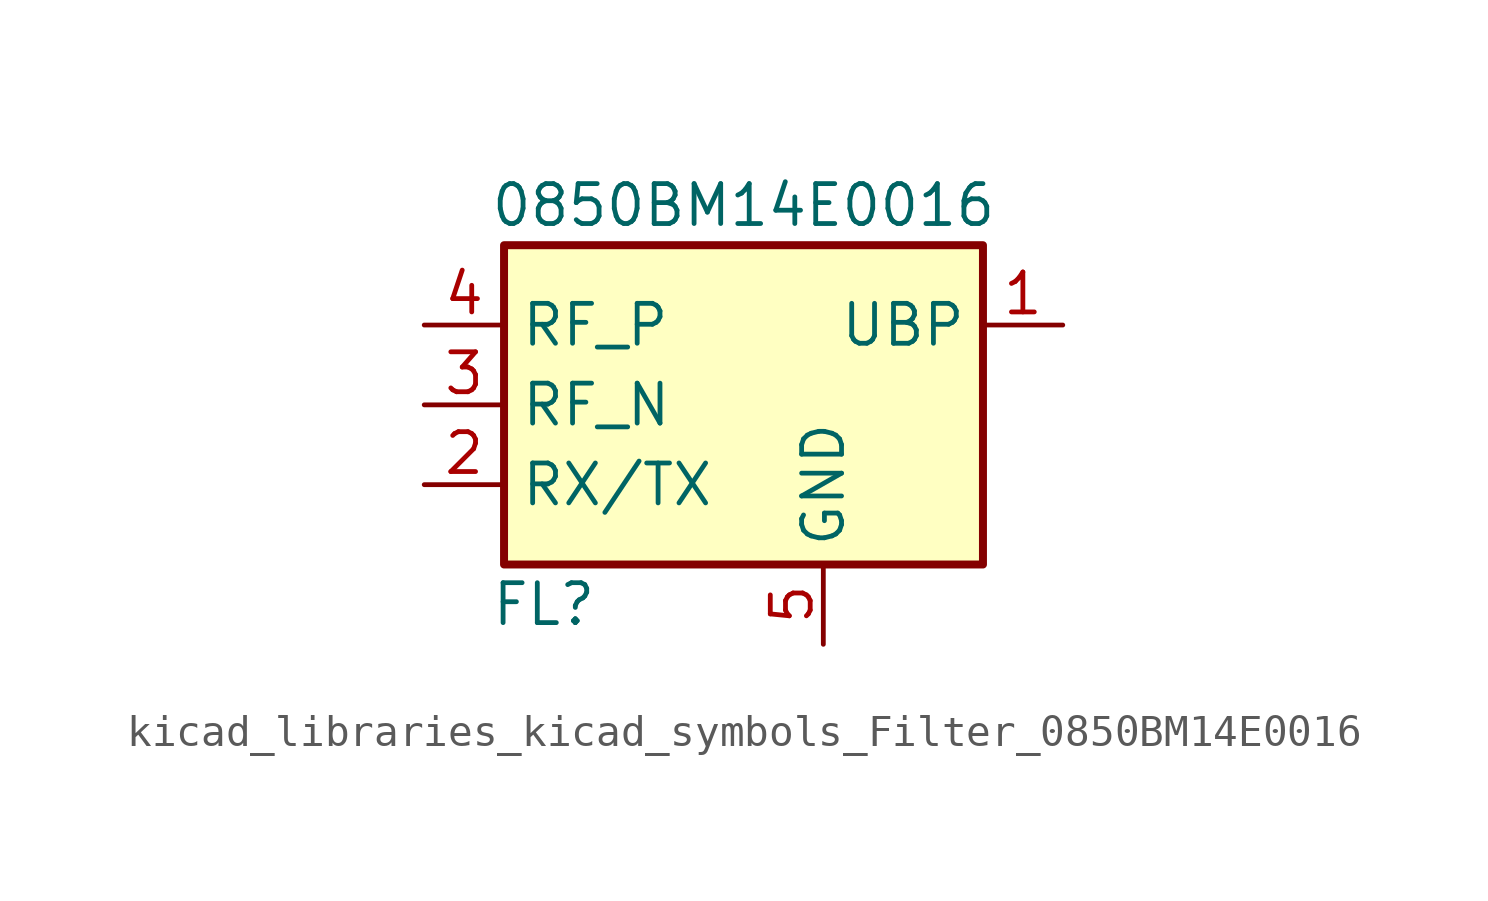
<source format=kicad_sym>
(kicad_symbol_lib
  (version 20220914)
  (generator kicad_symbol_editor)
  (symbol "kicad_libraries_kicad_symbols_Filter_0850BM14E0016"
    (property "Reference" "FL"
      (at -6.35 -6.35 0)
      (effects (font (size 1.27 1.27))))
    (property "Value" "0850BM14E0016"
      (at 0 6.35 0)
      (effects (font (size 1.27 1.27))))
    (symbol "kicad_libraries_kicad_symbols_Filter_0850BM14E0016_0_0"
      (pin passive line (at 10.16 2.54 180) (length 2.54) (name "UBP" (effects (font (size 1.27 1.27)))) (number "1" (effects (font (size 1.27 1.27)))))
      (pin passive line (at -10.16 -2.54 0) (length 2.54) (name "RX/TX" (effects (font (size 1.27 1.27)))) (number "2" (effects (font (size 1.27 1.27)))))
      (pin passive line (at -10.16 0 0) (length 2.54) (name "RF_N" (effects (font (size 1.27 1.27)))) (number "3" (effects (font (size 1.27 1.27)))))
      (pin passive line (at -10.16 2.54 0) (length 2.54) (name "RF_P" (effects (font (size 1.27 1.27)))) (number "4" (effects (font (size 1.27 1.27)))))
      (pin power_in line (at 2.54 -7.62 90) (length 2.54) (name "GND" (effects (font (size 1.27 1.27)))) (number "5" (effects (font (size 1.27 1.27)))))
      (pin passive line (at 2.54 -7.62 90) (length 2.54) hide (name "GND" (effects (font (size 1.27 1.27)))) (number "6" (effects (font (size 1.27 1.27))))))
    (symbol "kicad_libraries_kicad_symbols_Filter_0850BM14E0016_0_1"
      (rectangle (start -7.62 5.08) (end 7.62 -5.08) (stroke (width 0.254) (type default)) (fill (type background))))))
</source>
